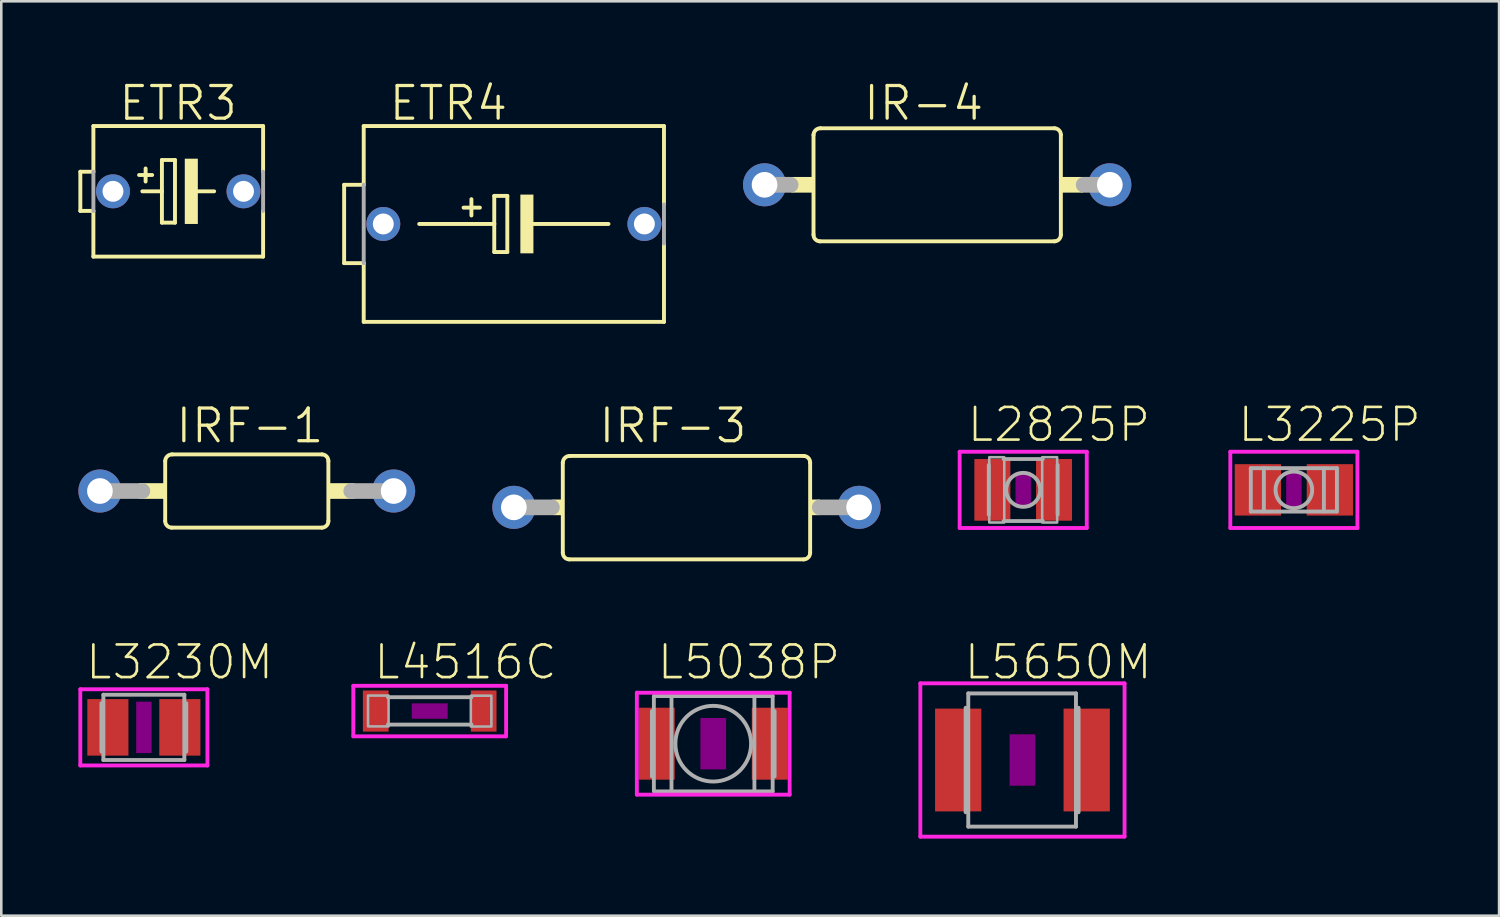
<source format=kicad_pcb>
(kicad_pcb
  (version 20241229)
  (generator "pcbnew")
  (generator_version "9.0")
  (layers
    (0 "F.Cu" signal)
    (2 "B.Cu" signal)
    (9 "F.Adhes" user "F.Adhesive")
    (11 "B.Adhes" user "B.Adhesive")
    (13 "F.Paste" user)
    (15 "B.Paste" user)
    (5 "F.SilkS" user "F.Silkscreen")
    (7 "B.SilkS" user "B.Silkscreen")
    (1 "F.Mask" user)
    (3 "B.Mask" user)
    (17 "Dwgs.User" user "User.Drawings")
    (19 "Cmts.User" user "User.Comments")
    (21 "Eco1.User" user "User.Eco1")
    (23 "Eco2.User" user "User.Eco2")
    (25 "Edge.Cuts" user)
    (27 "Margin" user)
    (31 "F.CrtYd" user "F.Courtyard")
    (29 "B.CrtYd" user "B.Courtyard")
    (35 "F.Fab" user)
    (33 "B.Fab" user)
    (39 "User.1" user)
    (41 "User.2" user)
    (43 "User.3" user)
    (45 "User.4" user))
  (footprint "L3230M"
    (layer "F.Cu")
    (at 2.548 25.254)
    (property "Reference" "L3230M" (at 1.391 -2.54 0) (layer "F.SilkS") (effects (font (size 1.27 1.27) (thickness 0.102))))
    (attr through_hole)
    (fp_poly (pts (xy -0.3 -1) (xy 0.3 -1) (xy 0.3 1) (xy -0.3 1)) (stroke (width 0) (type solid)) (fill yes) (layer "F.Adhes"))
    (fp_line (start -2.473 -1.483) (end 2.473 -1.483) (stroke (width 0.15) (type solid)) (layer "F.CrtYd"))
    (fp_line (start -2.473 1.483) (end -2.473 -1.483) (stroke (width 0.15) (type solid)) (layer "F.CrtYd"))
    (fp_line (start 2.473 -1.483) (end 2.473 1.483) (stroke (width 0.15) (type solid)) (layer "F.CrtYd"))
    (fp_line (start 2.473 1.483) (end -2.473 1.483) (stroke (width 0.15) (type solid)) (layer "F.CrtYd"))
    (fp_line (start -1.651 -0.94) (end -1.651 0.94) (stroke (width 0.152) (type solid)) (layer "F.Fab"))
    (fp_line (start -1.575 -1.27) (end 1.575 -1.27) (stroke (width 0.152) (type solid)) (layer "F.Fab"))
    (fp_line (start -1.575 1.27) (end -1.575 -1.27) (stroke (width 0.152) (type solid)) (layer "F.Fab"))
    (fp_line (start 1.575 -1.27) (end 1.575 1.27) (stroke (width 0.152) (type solid)) (layer "F.Fab"))
    (fp_line (start 1.575 1.27) (end -1.575 1.27) (stroke (width 0.152) (type solid)) (layer "F.Fab"))
    (fp_line (start 1.651 -0.94) (end 1.651 0.94) (stroke (width 0.152) (type solid)) (layer "F.Fab"))
    (pad "1" smd rect (at -1.4 0) (size 1.6 2.2) (layers "F.Cu" "F.Mask" "F.Paste"))
    (pad "2" smd rect (at 1.4 0) (size 1.6 2.2) (layers "F.Cu" "F.Mask" "F.Paste")))
  (footprint "IRF-3"
    (layer "F.Cu")
    (at 23.65 16.692)
    (property "Reference" "IRF-3" (at -0.514 -3.175 0) (layer "F.SilkS") (effects (font (size 1.27 1.27) (thickness 0.127))))
    (attr through_hole)
    (fp_line (start -4.8 1.764) (end -4.8 -1.739) (stroke (width 0.152) (type solid)) (layer "F.SilkS"))
    (fp_line (start 4.575 -2) (end -4.525 -2) (stroke (width 0.152) (type solid)) (layer "F.SilkS"))
    (fp_line (start 4.575 2.025) (end -4.55 2.025) (stroke (width 0.152) (type solid)) (layer "F.SilkS"))
    (fp_line (start 4.825 1.764) (end 4.825 -1.739) (stroke (width 0.152) (type solid)) (layer "F.SilkS"))
    (fp_arc (start -4.8 -1.739) (mid -4.716555 -1.926454) (end -4.525001 -1.999999) (stroke (width 0.1524) (type solid)) (layer "F.SilkS"))
    (fp_arc (start -4.55 2.025) (mid -4.729055 1.946277) (end -4.8 1.764) (stroke (width 0.1524) (type solid)) (layer "F.SilkS"))
    (fp_arc (start 4.575 -2) (mid 4.754055 -1.921277) (end 4.825 -1.739) (stroke (width 0.1524) (type solid)) (layer "F.SilkS"))
    (fp_arc (start 4.825 1.764) (mid 4.754055 1.946277) (end 4.575 2.025) (stroke (width 0.1524) (type solid)) (layer "F.SilkS"))
    (fp_poly (pts (xy -5.2 -0.305) (xy -4.8 -0.305) (xy -4.8 0.305) (xy -5.2 0.305)) (stroke (width 0) (type solid)) (fill yes) (layer "F.SilkS"))
    (fp_poly (pts (xy 4.825 -0.305) (xy 5.2 -0.305) (xy 5.2 0.305) (xy 4.825 0.305)) (stroke (width 0) (type solid)) (fill yes) (layer "F.SilkS"))
    (fp_line (start -6.705 0) (end -5.225 0) (stroke (width 0.61) (type solid)) (layer "F.Fab"))
    (fp_line (start 6.73 0) (end 5.2 0) (stroke (width 0.61) (type solid)) (layer "F.Fab"))
    (pad "1" thru_hole circle (at -6.705 0) (size 1.676 1.676) (drill 1) (layers "*.Cu" "*.Mask"))
    (pad "2" thru_hole circle (at 6.73 0) (size 1.676 1.676) (drill 1) (layers "*.Cu" "*.Mask")))
  (footprint "IR-4"
    (layer "F.Cu")
    (at 33.406 4.141)
    (property "Reference" "IR-4" (at -0.514 -3.175 0) (layer "F.SilkS") (effects (font (size 1.27 1.27) (thickness 0.127))))
    (attr through_hole)
    (fp_line (start -4.8 1.939) (end -4.8 -1.939) (stroke (width 0.152) (type solid)) (layer "F.SilkS"))
    (fp_line (start 4.575 -2.2) (end -4.525 -2.2) (stroke (width 0.152) (type solid)) (layer "F.SilkS"))
    (fp_line (start 4.575 2.2) (end -4.55 2.2) (stroke (width 0.152) (type solid)) (layer "F.SilkS"))
    (fp_line (start 4.825 1.939) (end 4.825 -1.939) (stroke (width 0.152) (type solid)) (layer "F.SilkS"))
    (fp_arc (start -4.8 -1.939) (mid -4.716555 -2.126454) (end -4.525001 -2.199999) (stroke (width 0.1524) (type solid)) (layer "F.SilkS"))
    (fp_arc (start -4.55 2.2) (mid -4.729055 2.121277) (end -4.8 1.939) (stroke (width 0.1524) (type solid)) (layer "F.SilkS"))
    (fp_arc (start 4.575 -2.2) (mid 4.754055 -2.121277) (end 4.825 -1.939) (stroke (width 0.1524) (type solid)) (layer "F.SilkS"))
    (fp_arc (start 4.825 1.939) (mid 4.754055 2.121277) (end 4.575 2.2) (stroke (width 0.1524) (type solid)) (layer "F.SilkS"))
    (fp_poly (pts (xy -5.664 -0.305) (xy -4.8 -0.305) (xy -4.8 0.305) (xy -5.664 0.305)) (stroke (width 0) (type solid)) (fill yes) (layer "F.SilkS"))
    (fp_poly (pts (xy 4.825 -0.305) (xy 5.689 -0.305) (xy 5.689 0.305) (xy 4.825 0.305)) (stroke (width 0) (type solid)) (fill yes) (layer "F.SilkS"))
    (fp_line (start -6.705 0) (end -5.689 0) (stroke (width 0.61) (type solid)) (layer "F.Fab"))
    (fp_line (start 6.73 0) (end 5.714 0) (stroke (width 0.61) (type solid)) (layer "F.Fab"))
    (pad "1" thru_hole circle (at -6.705 0) (size 1.676 1.676) (drill 1) (layers "*.Cu" "*.Mask"))
    (pad "2" thru_hole circle (at 6.73 0) (size 1.676 1.676) (drill 1) (layers "*.Cu" "*.Mask")))
  (footprint "ETR3"
    (layer "F.Cu")
    (at 3.886 4.395)
    (property "Reference" "ETR3" (at -0.006 -3.429 0) (layer "F.SilkS") (effects (font (size 1.27 1.27) (thickness 0.127))))
    (attr through_hole)
    (fp_line (start -3.81 -0.762) (end -3.81 0.762) (stroke (width 0.152) (type solid)) (layer "F.SilkS"))
    (fp_line (start -3.81 0.762) (end -3.302 0.762) (stroke (width 0.152) (type solid)) (layer "F.SilkS"))
    (fp_line (start -3.302 -0.762) (end -3.81 -0.762) (stroke (width 0.152) (type solid)) (layer "F.SilkS"))
    (fp_line (start -3.302 -0.762) (end -3.302 -2.54) (stroke (width 0.152) (type solid)) (layer "F.SilkS"))
    (fp_line (start -3.302 2.54) (end -3.302 0.762) (stroke (width 0.152) (type solid)) (layer "F.SilkS"))
    (fp_line (start -3.302 2.54) (end 3.302 2.54) (stroke (width 0.152) (type solid)) (layer "F.SilkS"))
    (fp_line (start -1.524 -0.635) (end -1.016 -0.635) (stroke (width 0.152) (type solid)) (layer "F.SilkS"))
    (fp_line (start -1.397 0) (end -0.635 0) (stroke (width 0.152) (type solid)) (layer "F.SilkS"))
    (fp_line (start -1.27 -0.889) (end -1.27 -0.381) (stroke (width 0.152) (type solid)) (layer "F.SilkS"))
    (fp_line (start -0.635 -1.219) (end -0.635 0) (stroke (width 0.152) (type solid)) (layer "F.SilkS"))
    (fp_line (start -0.635 0) (end -0.635 1.219) (stroke (width 0.152) (type solid)) (layer "F.SilkS"))
    (fp_line (start -0.635 1.219) (end -0.127 1.219) (stroke (width 0.152) (type solid)) (layer "F.SilkS"))
    (fp_line (start -0.127 -1.219) (end -0.635 -1.219) (stroke (width 0.152) (type solid)) (layer "F.SilkS"))
    (fp_line (start -0.127 1.219) (end -0.127 -1.219) (stroke (width 0.152) (type solid)) (layer "F.SilkS"))
    (fp_line (start 0.635 0) (end 1.397 0) (stroke (width 0.152) (type solid)) (layer "F.SilkS"))
    (fp_line (start 3.302 -2.54) (end -3.302 -2.54) (stroke (width 0.152) (type solid)) (layer "F.SilkS"))
    (fp_line (start 3.302 -0.762) (end 3.302 -2.54) (stroke (width 0.152) (type solid)) (layer "F.SilkS"))
    (fp_line (start 3.302 2.54) (end 3.302 0.762) (stroke (width 0.152) (type solid)) (layer "F.SilkS"))
    (fp_poly (pts (xy 0.254 -1.27) (xy 0.762 -1.27) (xy 0.762 1.27) (xy 0.254 1.27)) (stroke (width 0) (type solid)) (fill yes) (layer "F.SilkS"))
    (fp_line (start -3.302 0.762) (end -3.302 -0.762) (stroke (width 0.152) (type solid)) (layer "F.Fab"))
    (fp_line (start 3.302 -0.762) (end 3.302 0.762) (stroke (width 0.152) (type solid)) (layer "F.Fab"))
    (pad "+" thru_hole circle (at -2.54 0) (size 1.321 1.321) (drill 0.813) (layers "*.Cu" "*.Mask"))
    (pad "-" thru_hole circle (at 2.54 0) (size 1.321 1.321) (drill 0.813) (layers "*.Cu" "*.Mask")))
  (footprint "L5038P"
    (layer "F.Cu")
    (at 24.704 25.889)
    (property "Reference" "L5038P" (at 1.391 -3.175 0) (layer "F.SilkS") (effects (font (size 1.27 1.27) (thickness 0.102))))
    (attr through_hole)
    (fp_poly (pts (xy -0.5 -1) (xy 0.5 -1) (xy 0.5 1) (xy -0.5 1)) (stroke (width 0) (type solid)) (fill yes) (layer "F.Adhes"))
    (fp_line (start -2.973 -1.983) (end 2.973 -1.983) (stroke (width 0.15) (type solid)) (layer "F.CrtYd"))
    (fp_line (start -2.973 1.983) (end -2.973 -1.983) (stroke (width 0.15) (type solid)) (layer "F.CrtYd"))
    (fp_line (start 2.973 -1.983) (end 2.973 1.983) (stroke (width 0.15) (type solid)) (layer "F.CrtYd"))
    (fp_line (start 2.973 1.983) (end -2.973 1.983) (stroke (width 0.15) (type solid)) (layer "F.CrtYd"))
    (fp_line (start -2.386 1.27) (end -2.386 -1.27) (stroke (width 0.15) (type solid)) (layer "F.Fab"))
    (fp_line (start -2.31 1.854) (end -2.31 -1.854) (stroke (width 0.15) (type solid)) (layer "F.Fab"))
    (fp_line (start -2.286 -1.853) (end 2.311 -1.853) (stroke (width 0.15) (type solid)) (layer "F.Fab"))
    (fp_line (start -2.286 1.856) (end 2.311 1.856) (stroke (width 0.15) (type solid)) (layer "F.Fab"))
    (fp_line (start -1.624 1.854) (end -1.624 -1.854) (stroke (width 0.15) (type solid)) (layer "F.Fab"))
    (fp_line (start 1.602 1.854) (end 1.602 -1.854) (stroke (width 0.15) (type solid)) (layer "F.Fab"))
    (fp_line (start 2.313 1.854) (end 2.313 -1.854) (stroke (width 0.15) (type solid)) (layer "F.Fab"))
    (fp_line (start 2.389 1.27) (end 2.389 -1.27) (stroke (width 0.15) (type solid)) (layer "F.Fab"))
    (fp_circle (center 0 0) (end 1.473 0) (stroke (width 0.152) (type solid)) (fill no) (layer "F.Fab"))
    (pad "1" smd rect (at -2.2 0) (size 1.4 2.8) (layers "F.Cu" "F.Mask" "F.Paste"))
    (pad "2" smd rect (at 2.2 0) (size 1.4 2.8) (layers "F.Cu" "F.Mask" "F.Paste")))
  (footprint "L5650M"
    (layer "F.Cu")
    (at 36.736 26.524)
    (property "Reference" "L5650M" (at 1.391 -3.81 0) (layer "F.SilkS") (effects (font (size 1.27 1.27) (thickness 0.102))))
    (attr through_hole)
    (fp_poly (pts (xy -0.5 -1) (xy 0.5 -1) (xy 0.5 1) (xy -0.5 1)) (stroke (width 0) (type solid)) (fill yes) (layer "F.Adhes"))
    (fp_line (start -3.973 -2.983) (end 3.973 -2.983) (stroke (width 0.15) (type solid)) (layer "F.CrtYd"))
    (fp_line (start -3.973 2.983) (end -3.973 -2.983) (stroke (width 0.15) (type solid)) (layer "F.CrtYd"))
    (fp_line (start 3.973 -2.983) (end 3.973 2.983) (stroke (width 0.15) (type solid)) (layer "F.CrtYd"))
    (fp_line (start 3.973 2.983) (end -3.973 2.983) (stroke (width 0.15) (type solid)) (layer "F.CrtYd"))
    (fp_line (start -2.21 -2.032) (end -2.21 2.032) (stroke (width 0.152) (type solid)) (layer "F.Fab"))
    (fp_line (start -2.108 -2.591) (end -2.108 2.591) (stroke (width 0.152) (type solid)) (layer "F.Fab"))
    (fp_line (start -2.108 2.591) (end 2.083 2.591) (stroke (width 0.152) (type solid)) (layer "F.Fab"))
    (fp_line (start 2.083 -2.591) (end -2.108 -2.591) (stroke (width 0.152) (type solid)) (layer "F.Fab"))
    (fp_line (start 2.083 -2.591) (end 2.083 2.591) (stroke (width 0.152) (type solid)) (layer "F.Fab"))
    (fp_line (start 2.184 -2.032) (end 2.184 2.032) (stroke (width 0.152) (type solid)) (layer "F.Fab"))
    (pad "1" smd rect (at -2.5 0) (size 1.8 4) (layers "F.Cu" "F.Mask" "F.Paste"))
    (pad "2" smd rect (at 2.5 0) (size 1.8 4) (layers "F.Cu" "F.Mask" "F.Paste")))
  (footprint "L4516C"
    (layer "F.Cu")
    (at 13.671 24.619)
    (property "Reference" "L4516C" (at 1.391 -1.905 0) (layer "F.SilkS") (effects (font (size 1.27 1.27) (thickness 0.102))))
    (attr through_hole)
    (fp_poly (pts (xy -0.7 -0.3) (xy 0.7 -0.3) (xy 0.7 0.3) (xy -0.7 0.3)) (stroke (width 0) (type solid)) (fill yes) (layer "F.Adhes"))
    (fp_line (start -2.973 -0.983) (end 2.973 -0.983) (stroke (width 0.15) (type solid)) (layer "F.CrtYd"))
    (fp_line (start -2.973 0.983) (end -2.973 -0.983) (stroke (width 0.15) (type solid)) (layer "F.CrtYd"))
    (fp_line (start 2.973 -0.983) (end 2.973 0.983) (stroke (width 0.15) (type solid)) (layer "F.CrtYd"))
    (fp_line (start 2.973 0.983) (end -2.973 0.983) (stroke (width 0.15) (type solid)) (layer "F.CrtYd"))
    (fp_line (start -1.626 -0.54) (end 1.626 -0.54) (stroke (width 0.15) (type solid)) (layer "F.Fab"))
    (fp_line (start -1.626 0.527) (end 1.626 0.527) (stroke (width 0.15) (type solid)) (layer "F.Fab"))
    (fp_poly (pts (xy -2.4 -0.603) (xy -1.6 -0.603) (xy -1.6 0.597) (xy -2.4 0.597)) (stroke (width 0.1) (type solid)) (fill no) (layer "F.Fab"))
    (fp_poly (pts (xy 1.6 -0.597) (xy 2.4 -0.597) (xy 2.4 0.603) (xy 1.6 0.603)) (stroke (width 0.1) (type solid)) (fill no) (layer "F.Fab"))
    (pad "1" smd rect (at -2.1 0) (size 1 1.6) (layers "F.Cu" "F.Mask" "F.Paste"))
    (pad "2" smd rect (at 2.1 0) (size 1 1.6) (layers "F.Cu" "F.Mask" "F.Paste")))
  (footprint "IRF-1"
    (layer "F.Cu")
    (at 6.553 16.057)
    (property "Reference" "IRF-1" (at 0.121 -2.54 0) (layer "F.SilkS") (effects (font (size 1.27 1.27) (thickness 0.127))))
    (attr through_hole)
    (fp_line (start -3.175 1.164) (end -3.175 -1.164) (stroke (width 0.152) (type solid)) (layer "F.SilkS"))
    (fp_line (start 2.925 -1.425) (end -2.9 -1.425) (stroke (width 0.152) (type solid)) (layer "F.SilkS"))
    (fp_line (start 2.925 1.425) (end -2.925 1.425) (stroke (width 0.152) (type solid)) (layer "F.SilkS"))
    (fp_line (start 3.175 1.164) (end 3.175 -1.164) (stroke (width 0.152) (type solid)) (layer "F.SilkS"))
    (fp_arc (start -3.175 -1.164) (mid -3.091555 -1.351454) (end -2.9 -1.425) (stroke (width 0.1524) (type solid)) (layer "F.SilkS"))
    (fp_arc (start -2.925 1.425) (mid -3.104055 1.346277) (end -3.175 1.164) (stroke (width 0.1524) (type solid)) (layer "F.SilkS"))
    (fp_arc (start 2.925 -1.425) (mid 3.104055 -1.346277) (end 3.175 -1.164) (stroke (width 0.1524) (type solid)) (layer "F.SilkS"))
    (fp_arc (start 3.175 1.164) (mid 3.104055 1.346277) (end 2.925 1.425) (stroke (width 0.1524) (type solid)) (layer "F.SilkS"))
    (fp_poly (pts (xy -4.2 -0.305) (xy -3.175 -0.305) (xy -3.175 0.305) (xy -4.2 0.305)) (stroke (width 0) (type solid)) (fill yes) (layer "F.SilkS"))
    (fp_poly (pts (xy 3.175 -0.305) (xy 4.2 -0.305) (xy 4.2 0.305) (xy 3.175 0.305)) (stroke (width 0) (type solid)) (fill yes) (layer "F.SilkS"))
    (fp_line (start -5.715 0) (end -4.064 0) (stroke (width 0.61) (type solid)) (layer "F.Fab"))
    (fp_line (start 5.715 0) (end 4.064 0) (stroke (width 0.61) (type solid)) (layer "F.Fab"))
    (pad "1" thru_hole circle (at -5.715 0) (size 1.676 1.676) (drill 1) (layers "*.Cu" "*.Mask"))
    (pad "2" thru_hole circle (at 5.715 0) (size 1.676 1.676) (drill 1) (layers "*.Cu" "*.Mask")))
  (footprint "ETR4"
    (layer "F.Cu")
    (at 16.945 5.665)
    (property "Reference" "ETR4" (at -2.546 -4.699 0) (layer "F.SilkS") (effects (font (size 1.27 1.27) (thickness 0.127))))
    (attr through_hole)
    (fp_line (start -6.604 -1.524) (end -6.604 1.524) (stroke (width 0.152) (type solid)) (layer "F.SilkS"))
    (fp_line (start -6.604 1.524) (end -5.842 1.524) (stroke (width 0.152) (type solid)) (layer "F.SilkS"))
    (fp_line (start -5.842 -1.524) (end -6.604 -1.524) (stroke (width 0.152) (type solid)) (layer "F.SilkS"))
    (fp_line (start -5.842 -1.524) (end -5.842 -3.81) (stroke (width 0.152) (type solid)) (layer "F.SilkS"))
    (fp_line (start -5.842 3.81) (end -5.842 1.524) (stroke (width 0.152) (type solid)) (layer "F.SilkS"))
    (fp_line (start -5.842 3.81) (end 5.842 3.81) (stroke (width 0.152) (type solid)) (layer "F.SilkS"))
    (fp_line (start -3.683 0) (end -0.762 0) (stroke (width 0.152) (type solid)) (layer "F.SilkS"))
    (fp_line (start -1.651 -0.965) (end -1.651 -0.33) (stroke (width 0.152) (type solid)) (layer "F.SilkS"))
    (fp_line (start -1.321 -0.635) (end -1.956 -0.635) (stroke (width 0.152) (type solid)) (layer "F.SilkS"))
    (fp_line (start -0.762 -1.092) (end -0.762 0) (stroke (width 0.152) (type solid)) (layer "F.SilkS"))
    (fp_line (start -0.762 0) (end -0.762 1.092) (stroke (width 0.152) (type solid)) (layer "F.SilkS"))
    (fp_line (start -0.762 1.092) (end -0.254 1.092) (stroke (width 0.152) (type solid)) (layer "F.SilkS"))
    (fp_line (start -0.254 -1.092) (end -0.762 -1.092) (stroke (width 0.152) (type solid)) (layer "F.SilkS"))
    (fp_line (start -0.254 1.092) (end -0.254 -1.092) (stroke (width 0.152) (type solid)) (layer "F.SilkS"))
    (fp_line (start 3.683 0) (end 0.508 0) (stroke (width 0.152) (type solid)) (layer "F.SilkS"))
    (fp_line (start 5.842 -3.81) (end -5.842 -3.81) (stroke (width 0.152) (type solid)) (layer "F.SilkS"))
    (fp_line (start 5.842 -0.762) (end 5.842 -3.81) (stroke (width 0.152) (type solid)) (layer "F.SilkS"))
    (fp_line (start 5.842 3.81) (end 5.842 0.762) (stroke (width 0.152) (type solid)) (layer "F.SilkS"))
    (fp_poly (pts (xy 0.254 -1.143) (xy 0.762 -1.143) (xy 0.762 1.143) (xy 0.254 1.143)) (stroke (width 0) (type solid)) (fill yes) (layer "F.SilkS"))
    (fp_line (start -5.842 1.524) (end -5.842 -1.524) (stroke (width 0.152) (type solid)) (layer "F.Fab"))
    (fp_line (start 5.842 -0.762) (end 5.842 0.762) (stroke (width 0.152) (type solid)) (layer "F.Fab"))
    (pad "+" thru_hole circle (at -5.08 0) (size 1.321 1.321) (drill 0.813) (layers "*.Cu" "*.Mask"))
    (pad "-" thru_hole circle (at 5.08 0) (size 1.321 1.321) (drill 0.813) (layers "*.Cu" "*.Mask")))
  (footprint "L3225P"
    (layer "F.Cu")
    (at 47.298 16.012)
    (property "Reference" "L3225P" (at 1.391 -2.54 0) (layer "F.SilkS") (effects (font (size 1.27 1.27) (thickness 0.102))))
    (attr through_hole)
    (fp_poly (pts (xy -0.3 -0.7) (xy 0.3 -0.7) (xy 0.3 0.7) (xy -0.3 0.7)) (stroke (width 0) (type solid)) (fill yes) (layer "F.Adhes"))
    (fp_line (start -2.473 -1.483) (end 2.473 -1.483) (stroke (width 0.15) (type solid)) (layer "F.CrtYd"))
    (fp_line (start -2.473 1.483) (end -2.473 -1.483) (stroke (width 0.15) (type solid)) (layer "F.CrtYd"))
    (fp_line (start 2.473 -1.483) (end 2.473 1.483) (stroke (width 0.15) (type solid)) (layer "F.CrtYd"))
    (fp_line (start 2.473 1.483) (end -2.473 1.483) (stroke (width 0.15) (type solid)) (layer "F.CrtYd"))
    (fp_line (start -1.676 -0.845) (end 1.676 -0.845) (stroke (width 0.152) (type solid)) (layer "F.Fab"))
    (fp_line (start -1.676 -0.838) (end -1.676 0.838) (stroke (width 0.152) (type solid)) (layer "F.Fab"))
    (fp_line (start -1.168 -0.838) (end -1.168 0.838) (stroke (width 0.152) (type solid)) (layer "F.Fab"))
    (fp_line (start 1.168 -0.838) (end 1.168 0.838) (stroke (width 0.152) (type solid)) (layer "F.Fab"))
    (fp_line (start 1.676 -0.838) (end 1.676 0.838) (stroke (width 0.152) (type solid)) (layer "F.Fab"))
    (fp_line (start 1.676 0.845) (end -1.676 0.845) (stroke (width 0.152) (type solid)) (layer "F.Fab"))
    (fp_circle (center 0 0) (end 0.712 0) (stroke (width 0.152) (type solid)) (fill no) (layer "F.Fab"))
    (pad "1" smd rect (at -1.4 0) (size 1.8 2) (layers "F.Cu" "F.Mask" "F.Paste"))
    (pad "2" smd rect (at 1.4 0) (size 1.8 2) (layers "F.Cu" "F.Mask" "F.Paste")))
  (footprint "L2825P"
    (layer "F.Cu")
    (at 36.766 16.012)
    (property "Reference" "L2825P" (at 1.391 -2.54 0) (layer "F.SilkS") (effects (font (size 1.27 1.27) (thickness 0.102))))
    (attr through_hole)
    (fp_poly (pts (xy -0.3 -0.7) (xy 0.3 -0.7) (xy 0.3 0.7) (xy -0.3 0.7)) (stroke (width 0) (type solid)) (fill yes) (layer "F.Adhes"))
    (fp_line (start -2.473 -1.483) (end 2.473 -1.483) (stroke (width 0.15) (type solid)) (layer "F.CrtYd"))
    (fp_line (start -2.473 1.483) (end -2.473 -1.483) (stroke (width 0.15) (type solid)) (layer "F.CrtYd"))
    (fp_line (start 2.473 -1.483) (end 2.473 1.483) (stroke (width 0.15) (type solid)) (layer "F.CrtYd"))
    (fp_line (start 2.473 1.483) (end -2.473 1.483) (stroke (width 0.15) (type solid)) (layer "F.CrtYd"))
    (fp_line (start -1.34 -0.965) (end -1.34 0.965) (stroke (width 0.15) (type solid)) (layer "F.Fab"))
    (fp_line (start -0.762 -1.2) (end 0.762 -1.2) (stroke (width 0.15) (type solid)) (layer "F.Fab"))
    (fp_line (start -0.762 1.213) (end 0.762 1.213) (stroke (width 0.15) (type solid)) (layer "F.Fab"))
    (fp_line (start 1.34 0.965) (end 1.34 -0.965) (stroke (width 0.15) (type solid)) (layer "F.Fab"))
    (fp_circle (center 0 0) (end 0.66 0) (stroke (width 0.152) (type solid)) (fill no) (layer "F.Fab"))
    (fp_poly (pts (xy -1.321 -1.27) (xy -0.737 -1.27) (xy -0.737 1.27) (xy -1.321 1.27)) (stroke (width 0.1) (type solid)) (fill no) (layer "F.Fab"))
    (fp_poly (pts (xy 0.737 -1.27) (xy 1.321 -1.27) (xy 1.321 1.27) (xy 0.737 1.27)) (stroke (width 0.1) (type solid)) (fill no) (layer "F.Fab"))
    (pad "1" smd rect (at -1.2 0) (size 1.4 2.4) (layers "F.Cu" "F.Mask" "F.Paste"))
    (pad "2" smd rect (at 1.2 0) (size 1.4 2.4) (layers "F.Cu" "F.Mask" "F.Paste")))
  (gr_rect
    (start -3 -3)
    (end 55.283 32.582)
    (stroke (width 0.1) (type default))
    (fill no)
    (layer "Edge.Cuts")))
</source>
